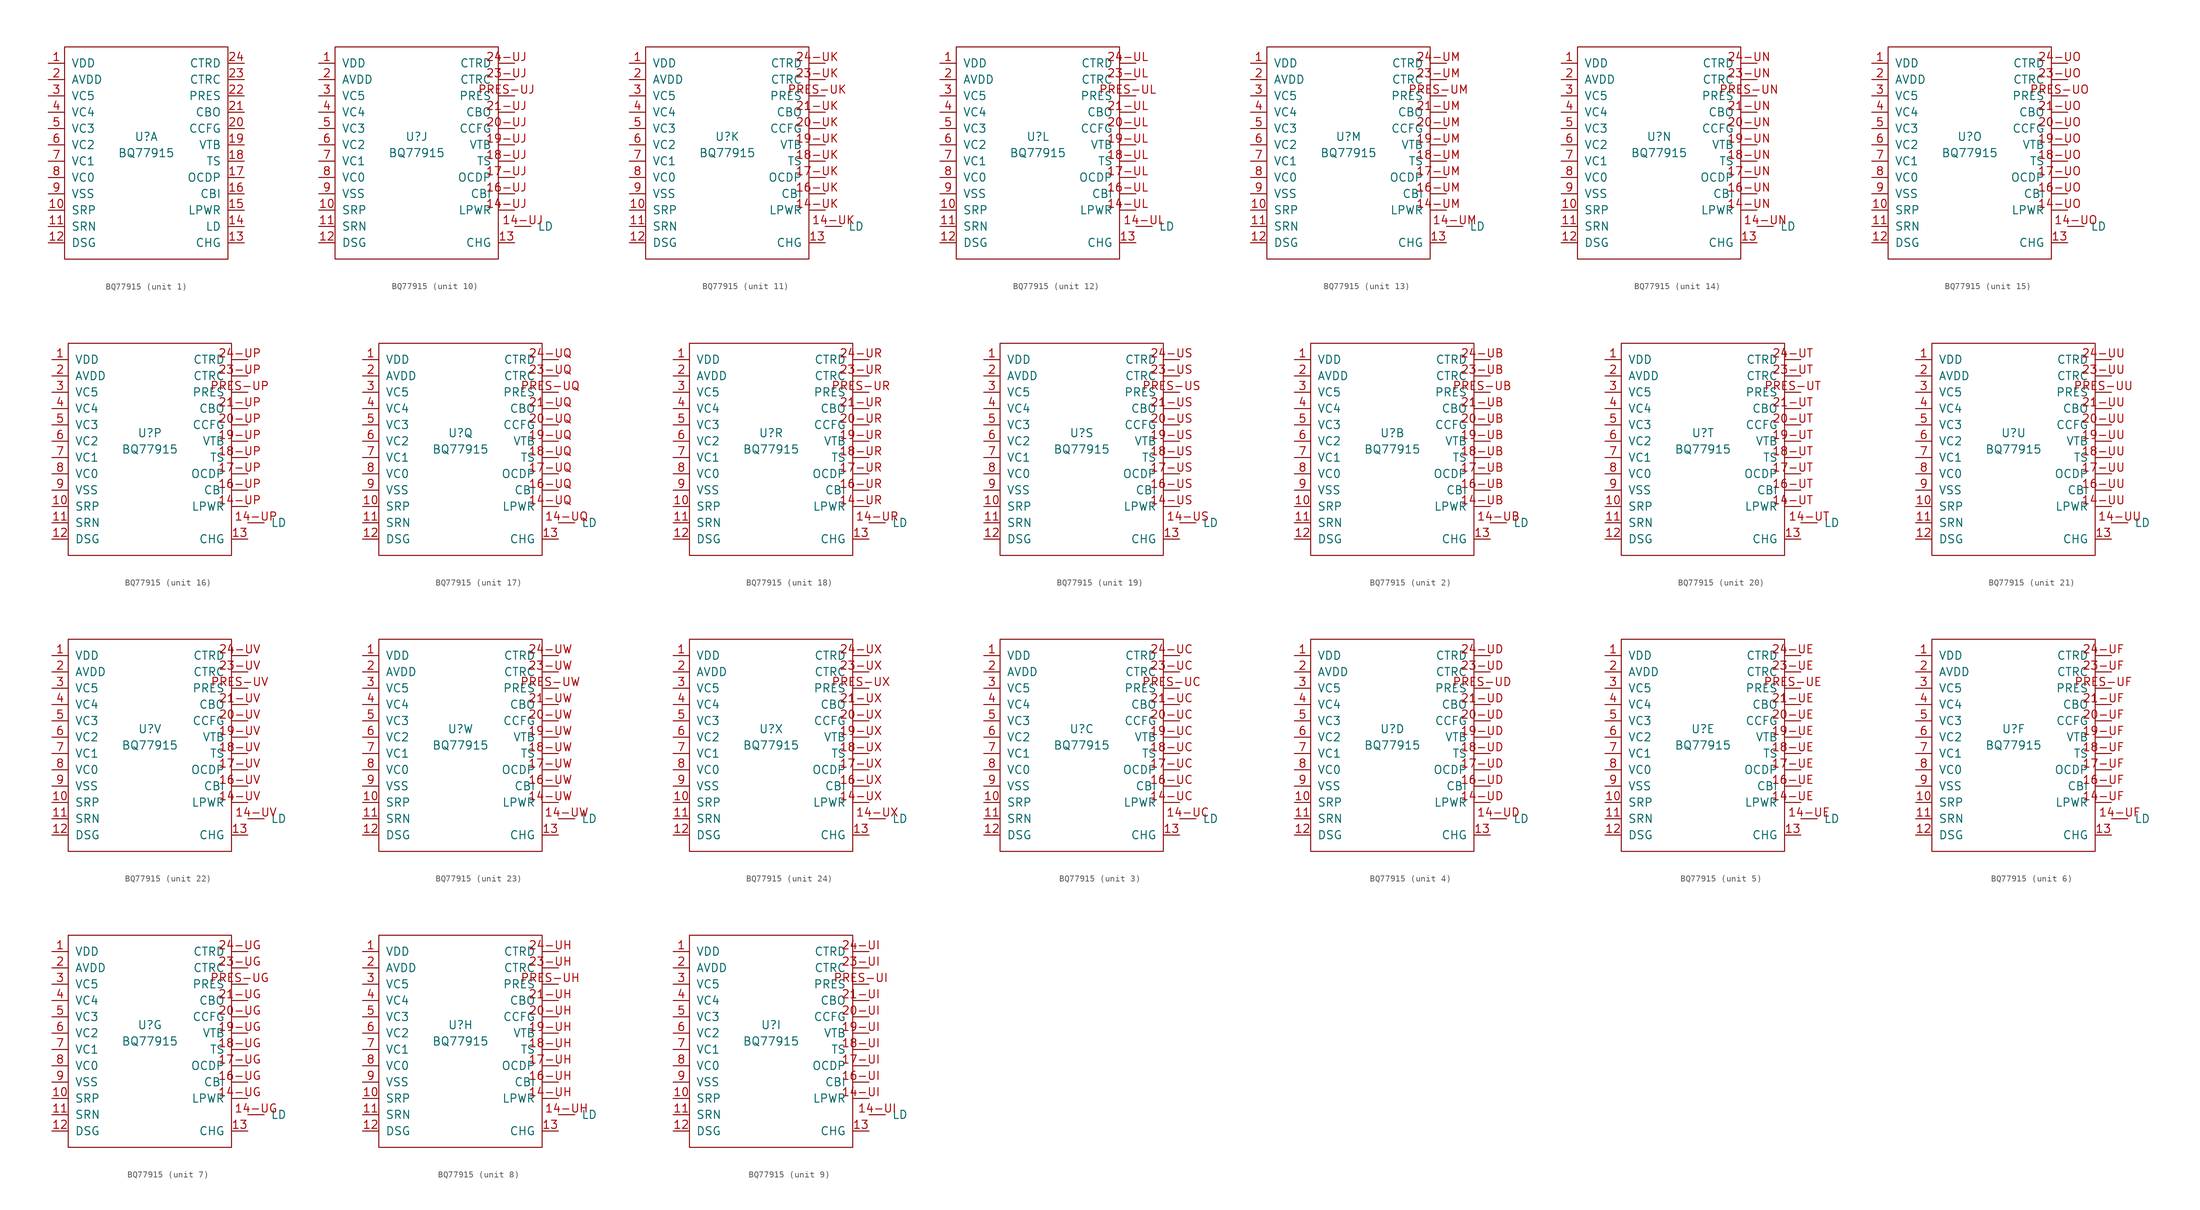
<source format=kicad_sym>
(kicad_symbol_lib
  (version 20241209)
  (generator "kicad_symbol_editor")
  (generator_version "9.0")
  (symbol "BQ77915"
    (pin_names
      (offset 1.016))
    (property "Reference" "U"
      (at 0 2.54 0)
      (effects (font (size 1.27 1.27))))
    (property "Value" "BQ77915"
      (at 0 0 0)
      (effects (font (size 1.27 1.27))))
    (symbol "BQ77915_0_0"
      (pin power_in line (at -15.24 13.97 0) (length 2.54) (name "VDD" (effects (font (size 1.27 1.27)))) (number "1" (effects (font (size 1.27 1.27)))))
      (pin output line (at -15.24 11.43 0) (length 2.54) (name "AVDD" (effects (font (size 1.27 1.27)))) (number "2" (effects (font (size 1.27 1.27)))))
      (pin input line (at -15.24 8.89 0) (length 2.54) (name "VC5" (effects (font (size 1.27 1.27)))) (number "3" (effects (font (size 1.27 1.27)))))
      (pin input line (at -15.24 6.35 0) (length 2.54) (name "VC4" (effects (font (size 1.27 1.27)))) (number "4" (effects (font (size 1.27 1.27)))))
      (pin input line (at -15.24 3.81 0) (length 2.54) (name "VC3" (effects (font (size 1.27 1.27)))) (number "5" (effects (font (size 1.27 1.27)))))
      (pin input line (at -15.24 1.27 0) (length 2.54) (name "VC2" (effects (font (size 1.27 1.27)))) (number "6" (effects (font (size 1.27 1.27)))))
      (pin input line (at -15.24 -1.27 0) (length 2.54) (name "VC1" (effects (font (size 1.27 1.27)))) (number "7" (effects (font (size 1.27 1.27)))))
      (pin input line (at -15.24 -3.81 0) (length 2.54) (name "VC0" (effects (font (size 1.27 1.27)))) (number "8" (effects (font (size 1.27 1.27)))))
      (pin power_in line (at -15.24 -6.35 0) (length 2.54) (name "VSS" (effects (font (size 1.27 1.27)))) (number "9" (effects (font (size 1.27 1.27)))))
      (pin input line (at -15.24 -8.89 0) (length 2.54) (name "SRP" (effects (font (size 1.27 1.27)))) (number "10" (effects (font (size 1.27 1.27)))))
      (pin input line (at -15.24 -11.43 0) (length 2.54) (name "SRN" (effects (font (size 1.27 1.27)))) (number "11" (effects (font (size 1.27 1.27)))))
      (pin output line (at -15.24 -13.97 0) (length 2.54) (name "DSG" (effects (font (size 1.27 1.27)))) (number "12" (effects (font (size 1.27 1.27)))))
      (pin output line (at 15.24 -13.97 180) (length 2.54) (name "CHG" (effects (font (size 1.27 1.27)))) (number "13" (effects (font (size 1.27 1.27))))))
    (symbol "BQ77915_0_1"
      (rectangle (start -12.7 16.51) (end 12.7 -16.51) (stroke (width 0) (type solid)) (fill (type none))))
    (symbol "BQ77915_1_1"
      (pin input line (at 15.24 13.97 180) (length 2.54) (name "CTRD" (effects (font (size 1.27 1.27)))) (number "24" (effects (font (size 1.27 1.27)))))
      (pin input line (at 15.24 11.43 180) (length 2.54) (name "CTRC" (effects (font (size 1.27 1.27)))) (number "23" (effects (font (size 1.27 1.27)))))
      (pin input line (at 15.24 8.89 180) (length 2.54) (name "PRES" (effects (font (size 1.27 1.27)))) (number "22" (effects (font (size 1.27 1.27)))))
      (pin output line (at 15.24 6.35 180) (length 2.54) (name "CBO" (effects (font (size 1.27 1.27)))) (number "21" (effects (font (size 1.27 1.27)))))
      (pin input line (at 15.24 3.81 180) (length 2.54) (name "CCFG" (effects (font (size 1.27 1.27)))) (number "20" (effects (font (size 1.27 1.27)))))
      (pin output line (at 15.24 1.27 180) (length 2.54) (name "VTB" (effects (font (size 1.27 1.27)))) (number "19" (effects (font (size 1.27 1.27)))))
      (pin input line (at 15.24 -1.27 180) (length 2.54) (name "TS" (effects (font (size 1.27 1.27)))) (number "18" (effects (font (size 1.27 1.27)))))
      (pin input line (at 15.24 -3.81 180) (length 2.54) (name "OCDP" (effects (font (size 1.27 1.27)))) (number "17" (effects (font (size 1.27 1.27)))))
      (pin input line (at 15.24 -6.35 180) (length 2.54) (name "CBI" (effects (font (size 1.27 1.27)))) (number "16" (effects (font (size 1.27 1.27)))))
      (pin output line (at 15.24 -8.89 180) (length 2.54) (name "LPWR" (effects (font (size 1.27 1.27)))) (number "15" (effects (font (size 1.27 1.27)))))
      (pin input line (at 15.24 -11.43 180) (length 2.54) (name "LD" (effects (font (size 1.27 1.27)))) (number "14" (effects (font (size 1.27 1.27))))))
    (symbol "BQ77915_2_1"
      (pin input line (at 15.24 13.97 180) (length 2.54) (name "CTRD" (effects (font (size 1.27 1.27)))) (number "24-UB" (effects (font (size 1.27 1.27)))))
      (pin input line (at 15.24 11.43 180) (length 2.54) (name "CTRC" (effects (font (size 1.27 1.27)))) (number "23-UB" (effects (font (size 1.27 1.27)))))
      (pin input line (at 15.24 8.89 180) (length 2.54) (name "PRES" (effects (font (size 1.27 1.27)))) (number "PRES-UB" (effects (font (size 1.27 1.27)))))
      (pin output line (at 15.24 6.35 180) (length 2.54) (name "CBO" (effects (font (size 1.27 1.27)))) (number "21-UB" (effects (font (size 1.27 1.27)))))
      (pin input line (at 15.24 3.81 180) (length 2.54) (name "CCFG" (effects (font (size 1.27 1.27)))) (number "20-UB" (effects (font (size 1.27 1.27)))))
      (pin output line (at 15.24 1.27 180) (length 2.54) (name "VTB" (effects (font (size 1.27 1.27)))) (number "19-UB" (effects (font (size 1.27 1.27)))))
      (pin input line (at 15.24 -1.27 180) (length 2.54) (name "TS" (effects (font (size 1.27 1.27)))) (number "18-UB" (effects (font (size 1.27 1.27)))))
      (pin input line (at 15.24 -3.81 180) (length 2.54) (name "OCDP" (effects (font (size 1.27 1.27)))) (number "17-UB" (effects (font (size 1.27 1.27)))))
      (pin input line (at 15.24 -6.35 180) (length 2.54) (name "CBI" (effects (font (size 1.27 1.27)))) (number "16-UB" (effects (font (size 1.27 1.27)))))
      (pin output line (at 15.24 -8.89 180) (length 2.54) (name "LPWR" (effects (font (size 1.27 1.27)))) (number "14-UB" (effects (font (size 1.27 1.27)))))
      (pin input line (at 15.24 -11.43 0) (length 2.54) (name "LD" (effects (font (size 1.27 1.27)))) (number "14-UB" (effects (font (size 1.27 1.27))))))
    (symbol "BQ77915_3_1"
      (pin input line (at 15.24 13.97 180) (length 2.54) (name "CTRD" (effects (font (size 1.27 1.27)))) (number "24-UC" (effects (font (size 1.27 1.27)))))
      (pin input line (at 15.24 11.43 180) (length 2.54) (name "CTRC" (effects (font (size 1.27 1.27)))) (number "23-UC" (effects (font (size 1.27 1.27)))))
      (pin input line (at 15.24 8.89 180) (length 2.54) (name "PRES" (effects (font (size 1.27 1.27)))) (number "PRES-UC" (effects (font (size 1.27 1.27)))))
      (pin output line (at 15.24 6.35 180) (length 2.54) (name "CBO" (effects (font (size 1.27 1.27)))) (number "21-UC" (effects (font (size 1.27 1.27)))))
      (pin input line (at 15.24 3.81 180) (length 2.54) (name "CCFG" (effects (font (size 1.27 1.27)))) (number "20-UC" (effects (font (size 1.27 1.27)))))
      (pin output line (at 15.24 1.27 180) (length 2.54) (name "VTB" (effects (font (size 1.27 1.27)))) (number "19-UC" (effects (font (size 1.27 1.27)))))
      (pin input line (at 15.24 -1.27 180) (length 2.54) (name "TS" (effects (font (size 1.27 1.27)))) (number "18-UC" (effects (font (size 1.27 1.27)))))
      (pin input line (at 15.24 -3.81 180) (length 2.54) (name "OCDP" (effects (font (size 1.27 1.27)))) (number "17-UC" (effects (font (size 1.27 1.27)))))
      (pin input line (at 15.24 -6.35 180) (length 2.54) (name "CBI" (effects (font (size 1.27 1.27)))) (number "16-UC" (effects (font (size 1.27 1.27)))))
      (pin output line (at 15.24 -8.89 180) (length 2.54) (name "LPWR" (effects (font (size 1.27 1.27)))) (number "14-UC" (effects (font (size 1.27 1.27)))))
      (pin input line (at 15.24 -11.43 0) (length 2.54) (name "LD" (effects (font (size 1.27 1.27)))) (number "14-UC" (effects (font (size 1.27 1.27))))))
    (symbol "BQ77915_4_1"
      (pin input line (at 15.24 13.97 180) (length 2.54) (name "CTRD" (effects (font (size 1.27 1.27)))) (number "24-UD" (effects (font (size 1.27 1.27)))))
      (pin input line (at 15.24 11.43 180) (length 2.54) (name "CTRC" (effects (font (size 1.27 1.27)))) (number "23-UD" (effects (font (size 1.27 1.27)))))
      (pin input line (at 15.24 8.89 180) (length 2.54) (name "PRES" (effects (font (size 1.27 1.27)))) (number "PRES-UD" (effects (font (size 1.27 1.27)))))
      (pin output line (at 15.24 6.35 180) (length 2.54) (name "CBO" (effects (font (size 1.27 1.27)))) (number "21-UD" (effects (font (size 1.27 1.27)))))
      (pin input line (at 15.24 3.81 180) (length 2.54) (name "CCFG" (effects (font (size 1.27 1.27)))) (number "20-UD" (effects (font (size 1.27 1.27)))))
      (pin output line (at 15.24 1.27 180) (length 2.54) (name "VTB" (effects (font (size 1.27 1.27)))) (number "19-UD" (effects (font (size 1.27 1.27)))))
      (pin input line (at 15.24 -1.27 180) (length 2.54) (name "TS" (effects (font (size 1.27 1.27)))) (number "18-UD" (effects (font (size 1.27 1.27)))))
      (pin input line (at 15.24 -3.81 180) (length 2.54) (name "OCDP" (effects (font (size 1.27 1.27)))) (number "17-UD" (effects (font (size 1.27 1.27)))))
      (pin input line (at 15.24 -6.35 180) (length 2.54) (name "CBI" (effects (font (size 1.27 1.27)))) (number "16-UD" (effects (font (size 1.27 1.27)))))
      (pin output line (at 15.24 -8.89 180) (length 2.54) (name "LPWR" (effects (font (size 1.27 1.27)))) (number "14-UD" (effects (font (size 1.27 1.27)))))
      (pin input line (at 15.24 -11.43 0) (length 2.54) (name "LD" (effects (font (size 1.27 1.27)))) (number "14-UD" (effects (font (size 1.27 1.27))))))
    (symbol "BQ77915_5_1"
      (pin input line (at 15.24 13.97 180) (length 2.54) (name "CTRD" (effects (font (size 1.27 1.27)))) (number "24-UE" (effects (font (size 1.27 1.27)))))
      (pin input line (at 15.24 11.43 180) (length 2.54) (name "CTRC" (effects (font (size 1.27 1.27)))) (number "23-UE" (effects (font (size 1.27 1.27)))))
      (pin input line (at 15.24 8.89 180) (length 2.54) (name "PRES" (effects (font (size 1.27 1.27)))) (number "PRES-UE" (effects (font (size 1.27 1.27)))))
      (pin output line (at 15.24 6.35 180) (length 2.54) (name "CBO" (effects (font (size 1.27 1.27)))) (number "21-UE" (effects (font (size 1.27 1.27)))))
      (pin input line (at 15.24 3.81 180) (length 2.54) (name "CCFG" (effects (font (size 1.27 1.27)))) (number "20-UE" (effects (font (size 1.27 1.27)))))
      (pin output line (at 15.24 1.27 180) (length 2.54) (name "VTB" (effects (font (size 1.27 1.27)))) (number "19-UE" (effects (font (size 1.27 1.27)))))
      (pin input line (at 15.24 -1.27 180) (length 2.54) (name "TS" (effects (font (size 1.27 1.27)))) (number "18-UE" (effects (font (size 1.27 1.27)))))
      (pin input line (at 15.24 -3.81 180) (length 2.54) (name "OCDP" (effects (font (size 1.27 1.27)))) (number "17-UE" (effects (font (size 1.27 1.27)))))
      (pin input line (at 15.24 -6.35 180) (length 2.54) (name "CBI" (effects (font (size 1.27 1.27)))) (number "16-UE" (effects (font (size 1.27 1.27)))))
      (pin output line (at 15.24 -8.89 180) (length 2.54) (name "LPWR" (effects (font (size 1.27 1.27)))) (number "14-UE" (effects (font (size 1.27 1.27)))))
      (pin input line (at 15.24 -11.43 0) (length 2.54) (name "LD" (effects (font (size 1.27 1.27)))) (number "14-UE" (effects (font (size 1.27 1.27))))))
    (symbol "BQ77915_6_1"
      (pin input line (at 15.24 13.97 180) (length 2.54) (name "CTRD" (effects (font (size 1.27 1.27)))) (number "24-UF" (effects (font (size 1.27 1.27)))))
      (pin input line (at 15.24 11.43 180) (length 2.54) (name "CTRC" (effects (font (size 1.27 1.27)))) (number "23-UF" (effects (font (size 1.27 1.27)))))
      (pin input line (at 15.24 8.89 180) (length 2.54) (name "PRES" (effects (font (size 1.27 1.27)))) (number "PRES-UF" (effects (font (size 1.27 1.27)))))
      (pin output line (at 15.24 6.35 180) (length 2.54) (name "CBO" (effects (font (size 1.27 1.27)))) (number "21-UF" (effects (font (size 1.27 1.27)))))
      (pin input line (at 15.24 3.81 180) (length 2.54) (name "CCFG" (effects (font (size 1.27 1.27)))) (number "20-UF" (effects (font (size 1.27 1.27)))))
      (pin output line (at 15.24 1.27 180) (length 2.54) (name "VTB" (effects (font (size 1.27 1.27)))) (number "19-UF" (effects (font (size 1.27 1.27)))))
      (pin input line (at 15.24 -1.27 180) (length 2.54) (name "TS" (effects (font (size 1.27 1.27)))) (number "18-UF" (effects (font (size 1.27 1.27)))))
      (pin input line (at 15.24 -3.81 180) (length 2.54) (name "OCDP" (effects (font (size 1.27 1.27)))) (number "17-UF" (effects (font (size 1.27 1.27)))))
      (pin input line (at 15.24 -6.35 180) (length 2.54) (name "CBI" (effects (font (size 1.27 1.27)))) (number "16-UF" (effects (font (size 1.27 1.27)))))
      (pin output line (at 15.24 -8.89 180) (length 2.54) (name "LPWR" (effects (font (size 1.27 1.27)))) (number "14-UF" (effects (font (size 1.27 1.27)))))
      (pin input line (at 15.24 -11.43 0) (length 2.54) (name "LD" (effects (font (size 1.27 1.27)))) (number "14-UF" (effects (font (size 1.27 1.27))))))
    (symbol "BQ77915_7_1"
      (pin input line (at 15.24 13.97 180) (length 2.54) (name "CTRD" (effects (font (size 1.27 1.27)))) (number "24-UG" (effects (font (size 1.27 1.27)))))
      (pin input line (at 15.24 11.43 180) (length 2.54) (name "CTRC" (effects (font (size 1.27 1.27)))) (number "23-UG" (effects (font (size 1.27 1.27)))))
      (pin input line (at 15.24 8.89 180) (length 2.54) (name "PRES" (effects (font (size 1.27 1.27)))) (number "PRES-UG" (effects (font (size 1.27 1.27)))))
      (pin output line (at 15.24 6.35 180) (length 2.54) (name "CBO" (effects (font (size 1.27 1.27)))) (number "21-UG" (effects (font (size 1.27 1.27)))))
      (pin input line (at 15.24 3.81 180) (length 2.54) (name "CCFG" (effects (font (size 1.27 1.27)))) (number "20-UG" (effects (font (size 1.27 1.27)))))
      (pin output line (at 15.24 1.27 180) (length 2.54) (name "VTB" (effects (font (size 1.27 1.27)))) (number "19-UG" (effects (font (size 1.27 1.27)))))
      (pin input line (at 15.24 -1.27 180) (length 2.54) (name "TS" (effects (font (size 1.27 1.27)))) (number "18-UG" (effects (font (size 1.27 1.27)))))
      (pin input line (at 15.24 -3.81 180) (length 2.54) (name "OCDP" (effects (font (size 1.27 1.27)))) (number "17-UG" (effects (font (size 1.27 1.27)))))
      (pin input line (at 15.24 -6.35 180) (length 2.54) (name "CBI" (effects (font (size 1.27 1.27)))) (number "16-UG" (effects (font (size 1.27 1.27)))))
      (pin output line (at 15.24 -8.89 180) (length 2.54) (name "LPWR" (effects (font (size 1.27 1.27)))) (number "14-UG" (effects (font (size 1.27 1.27)))))
      (pin input line (at 15.24 -11.43 0) (length 2.54) (name "LD" (effects (font (size 1.27 1.27)))) (number "14-UG" (effects (font (size 1.27 1.27))))))
    (symbol "BQ77915_8_1"
      (pin input line (at 15.24 13.97 180) (length 2.54) (name "CTRD" (effects (font (size 1.27 1.27)))) (number "24-UH" (effects (font (size 1.27 1.27)))))
      (pin input line (at 15.24 11.43 180) (length 2.54) (name "CTRC" (effects (font (size 1.27 1.27)))) (number "23-UH" (effects (font (size 1.27 1.27)))))
      (pin input line (at 15.24 8.89 180) (length 2.54) (name "PRES" (effects (font (size 1.27 1.27)))) (number "PRES-UH" (effects (font (size 1.27 1.27)))))
      (pin output line (at 15.24 6.35 180) (length 2.54) (name "CBO" (effects (font (size 1.27 1.27)))) (number "21-UH" (effects (font (size 1.27 1.27)))))
      (pin input line (at 15.24 3.81 180) (length 2.54) (name "CCFG" (effects (font (size 1.27 1.27)))) (number "20-UH" (effects (font (size 1.27 1.27)))))
      (pin output line (at 15.24 1.27 180) (length 2.54) (name "VTB" (effects (font (size 1.27 1.27)))) (number "19-UH" (effects (font (size 1.27 1.27)))))
      (pin input line (at 15.24 -1.27 180) (length 2.54) (name "TS" (effects (font (size 1.27 1.27)))) (number "18-UH" (effects (font (size 1.27 1.27)))))
      (pin input line (at 15.24 -3.81 180) (length 2.54) (name "OCDP" (effects (font (size 1.27 1.27)))) (number "17-UH" (effects (font (size 1.27 1.27)))))
      (pin input line (at 15.24 -6.35 180) (length 2.54) (name "CBI" (effects (font (size 1.27 1.27)))) (number "16-UH" (effects (font (size 1.27 1.27)))))
      (pin output line (at 15.24 -8.89 180) (length 2.54) (name "LPWR" (effects (font (size 1.27 1.27)))) (number "14-UH" (effects (font (size 1.27 1.27)))))
      (pin input line (at 15.24 -11.43 0) (length 2.54) (name "LD" (effects (font (size 1.27 1.27)))) (number "14-UH" (effects (font (size 1.27 1.27))))))
    (symbol "BQ77915_9_1"
      (pin input line (at 15.24 13.97 180) (length 2.54) (name "CTRD" (effects (font (size 1.27 1.27)))) (number "24-UI" (effects (font (size 1.27 1.27)))))
      (pin input line (at 15.24 11.43 180) (length 2.54) (name "CTRC" (effects (font (size 1.27 1.27)))) (number "23-UI" (effects (font (size 1.27 1.27)))))
      (pin input line (at 15.24 8.89 180) (length 2.54) (name "PRES" (effects (font (size 1.27 1.27)))) (number "PRES-UI" (effects (font (size 1.27 1.27)))))
      (pin output line (at 15.24 6.35 180) (length 2.54) (name "CBO" (effects (font (size 1.27 1.27)))) (number "21-UI" (effects (font (size 1.27 1.27)))))
      (pin input line (at 15.24 3.81 180) (length 2.54) (name "CCFG" (effects (font (size 1.27 1.27)))) (number "20-UI" (effects (font (size 1.27 1.27)))))
      (pin output line (at 15.24 1.27 180) (length 2.54) (name "VTB" (effects (font (size 1.27 1.27)))) (number "19-UI" (effects (font (size 1.27 1.27)))))
      (pin input line (at 15.24 -1.27 180) (length 2.54) (name "TS" (effects (font (size 1.27 1.27)))) (number "18-UI" (effects (font (size 1.27 1.27)))))
      (pin input line (at 15.24 -3.81 180) (length 2.54) (name "OCDP" (effects (font (size 1.27 1.27)))) (number "17-UI" (effects (font (size 1.27 1.27)))))
      (pin input line (at 15.24 -6.35 180) (length 2.54) (name "CBI" (effects (font (size 1.27 1.27)))) (number "16-UI" (effects (font (size 1.27 1.27)))))
      (pin output line (at 15.24 -8.89 180) (length 2.54) (name "LPWR" (effects (font (size 1.27 1.27)))) (number "14-UI" (effects (font (size 1.27 1.27)))))
      (pin input line (at 15.24 -11.43 0) (length 2.54) (name "LD" (effects (font (size 1.27 1.27)))) (number "14-UI" (effects (font (size 1.27 1.27))))))
    (symbol "BQ77915_10_1"
      (pin input line (at 15.24 13.97 180) (length 2.54) (name "CTRD" (effects (font (size 1.27 1.27)))) (number "24-UJ" (effects (font (size 1.27 1.27)))))
      (pin input line (at 15.24 11.43 180) (length 2.54) (name "CTRC" (effects (font (size 1.27 1.27)))) (number "23-UJ" (effects (font (size 1.27 1.27)))))
      (pin input line (at 15.24 8.89 180) (length 2.54) (name "PRES" (effects (font (size 1.27 1.27)))) (number "PRES-UJ" (effects (font (size 1.27 1.27)))))
      (pin output line (at 15.24 6.35 180) (length 2.54) (name "CBO" (effects (font (size 1.27 1.27)))) (number "21-UJ" (effects (font (size 1.27 1.27)))))
      (pin input line (at 15.24 3.81 180) (length 2.54) (name "CCFG" (effects (font (size 1.27 1.27)))) (number "20-UJ" (effects (font (size 1.27 1.27)))))
      (pin output line (at 15.24 1.27 180) (length 2.54) (name "VTB" (effects (font (size 1.27 1.27)))) (number "19-UJ" (effects (font (size 1.27 1.27)))))
      (pin input line (at 15.24 -1.27 180) (length 2.54) (name "TS" (effects (font (size 1.27 1.27)))) (number "18-UJ" (effects (font (size 1.27 1.27)))))
      (pin input line (at 15.24 -3.81 180) (length 2.54) (name "OCDP" (effects (font (size 1.27 1.27)))) (number "17-UJ" (effects (font (size 1.27 1.27)))))
      (pin input line (at 15.24 -6.35 180) (length 2.54) (name "CBI" (effects (font (size 1.27 1.27)))) (number "16-UJ" (effects (font (size 1.27 1.27)))))
      (pin output line (at 15.24 -8.89 180) (length 2.54) (name "LPWR" (effects (font (size 1.27 1.27)))) (number "14-UJ" (effects (font (size 1.27 1.27)))))
      (pin input line (at 15.24 -11.43 0) (length 2.54) (name "LD" (effects (font (size 1.27 1.27)))) (number "14-UJ" (effects (font (size 1.27 1.27))))))
    (symbol "BQ77915_11_1"
      (pin input line (at 15.24 13.97 180) (length 2.54) (name "CTRD" (effects (font (size 1.27 1.27)))) (number "24-UK" (effects (font (size 1.27 1.27)))))
      (pin input line (at 15.24 11.43 180) (length 2.54) (name "CTRC" (effects (font (size 1.27 1.27)))) (number "23-UK" (effects (font (size 1.27 1.27)))))
      (pin input line (at 15.24 8.89 180) (length 2.54) (name "PRES" (effects (font (size 1.27 1.27)))) (number "PRES-UK" (effects (font (size 1.27 1.27)))))
      (pin output line (at 15.24 6.35 180) (length 2.54) (name "CBO" (effects (font (size 1.27 1.27)))) (number "21-UK" (effects (font (size 1.27 1.27)))))
      (pin input line (at 15.24 3.81 180) (length 2.54) (name "CCFG" (effects (font (size 1.27 1.27)))) (number "20-UK" (effects (font (size 1.27 1.27)))))
      (pin output line (at 15.24 1.27 180) (length 2.54) (name "VTB" (effects (font (size 1.27 1.27)))) (number "19-UK" (effects (font (size 1.27 1.27)))))
      (pin input line (at 15.24 -1.27 180) (length 2.54) (name "TS" (effects (font (size 1.27 1.27)))) (number "18-UK" (effects (font (size 1.27 1.27)))))
      (pin input line (at 15.24 -3.81 180) (length 2.54) (name "OCDP" (effects (font (size 1.27 1.27)))) (number "17-UK" (effects (font (size 1.27 1.27)))))
      (pin input line (at 15.24 -6.35 180) (length 2.54) (name "CBI" (effects (font (size 1.27 1.27)))) (number "16-UK" (effects (font (size 1.27 1.27)))))
      (pin output line (at 15.24 -8.89 180) (length 2.54) (name "LPWR" (effects (font (size 1.27 1.27)))) (number "14-UK" (effects (font (size 1.27 1.27)))))
      (pin input line (at 15.24 -11.43 0) (length 2.54) (name "LD" (effects (font (size 1.27 1.27)))) (number "14-UK" (effects (font (size 1.27 1.27))))))
    (symbol "BQ77915_12_1"
      (pin input line (at 15.24 13.97 180) (length 2.54) (name "CTRD" (effects (font (size 1.27 1.27)))) (number "24-UL" (effects (font (size 1.27 1.27)))))
      (pin input line (at 15.24 11.43 180) (length 2.54) (name "CTRC" (effects (font (size 1.27 1.27)))) (number "23-UL" (effects (font (size 1.27 1.27)))))
      (pin input line (at 15.24 8.89 180) (length 2.54) (name "PRES" (effects (font (size 1.27 1.27)))) (number "PRES-UL" (effects (font (size 1.27 1.27)))))
      (pin output line (at 15.24 6.35 180) (length 2.54) (name "CBO" (effects (font (size 1.27 1.27)))) (number "21-UL" (effects (font (size 1.27 1.27)))))
      (pin input line (at 15.24 3.81 180) (length 2.54) (name "CCFG" (effects (font (size 1.27 1.27)))) (number "20-UL" (effects (font (size 1.27 1.27)))))
      (pin output line (at 15.24 1.27 180) (length 2.54) (name "VTB" (effects (font (size 1.27 1.27)))) (number "19-UL" (effects (font (size 1.27 1.27)))))
      (pin input line (at 15.24 -1.27 180) (length 2.54) (name "TS" (effects (font (size 1.27 1.27)))) (number "18-UL" (effects (font (size 1.27 1.27)))))
      (pin input line (at 15.24 -3.81 180) (length 2.54) (name "OCDP" (effects (font (size 1.27 1.27)))) (number "17-UL" (effects (font (size 1.27 1.27)))))
      (pin input line (at 15.24 -6.35 180) (length 2.54) (name "CBI" (effects (font (size 1.27 1.27)))) (number "16-UL" (effects (font (size 1.27 1.27)))))
      (pin output line (at 15.24 -8.89 180) (length 2.54) (name "LPWR" (effects (font (size 1.27 1.27)))) (number "14-UL" (effects (font (size 1.27 1.27)))))
      (pin input line (at 15.24 -11.43 0) (length 2.54) (name "LD" (effects (font (size 1.27 1.27)))) (number "14-UL" (effects (font (size 1.27 1.27))))))
    (symbol "BQ77915_13_1"
      (pin input line (at 15.24 13.97 180) (length 2.54) (name "CTRD" (effects (font (size 1.27 1.27)))) (number "24-UM" (effects (font (size 1.27 1.27)))))
      (pin input line (at 15.24 11.43 180) (length 2.54) (name "CTRC" (effects (font (size 1.27 1.27)))) (number "23-UM" (effects (font (size 1.27 1.27)))))
      (pin input line (at 15.24 8.89 180) (length 2.54) (name "PRES" (effects (font (size 1.27 1.27)))) (number "PRES-UM" (effects (font (size 1.27 1.27)))))
      (pin output line (at 15.24 6.35 180) (length 2.54) (name "CBO" (effects (font (size 1.27 1.27)))) (number "21-UM" (effects (font (size 1.27 1.27)))))
      (pin input line (at 15.24 3.81 180) (length 2.54) (name "CCFG" (effects (font (size 1.27 1.27)))) (number "20-UM" (effects (font (size 1.27 1.27)))))
      (pin output line (at 15.24 1.27 180) (length 2.54) (name "VTB" (effects (font (size 1.27 1.27)))) (number "19-UM" (effects (font (size 1.27 1.27)))))
      (pin input line (at 15.24 -1.27 180) (length 2.54) (name "TS" (effects (font (size 1.27 1.27)))) (number "18-UM" (effects (font (size 1.27 1.27)))))
      (pin input line (at 15.24 -3.81 180) (length 2.54) (name "OCDP" (effects (font (size 1.27 1.27)))) (number "17-UM" (effects (font (size 1.27 1.27)))))
      (pin input line (at 15.24 -6.35 180) (length 2.54) (name "CBI" (effects (font (size 1.27 1.27)))) (number "16-UM" (effects (font (size 1.27 1.27)))))
      (pin output line (at 15.24 -8.89 180) (length 2.54) (name "LPWR" (effects (font (size 1.27 1.27)))) (number "14-UM" (effects (font (size 1.27 1.27)))))
      (pin input line (at 15.24 -11.43 0) (length 2.54) (name "LD" (effects (font (size 1.27 1.27)))) (number "14-UM" (effects (font (size 1.27 1.27))))))
    (symbol "BQ77915_14_1"
      (pin input line (at 15.24 13.97 180) (length 2.54) (name "CTRD" (effects (font (size 1.27 1.27)))) (number "24-UN" (effects (font (size 1.27 1.27)))))
      (pin input line (at 15.24 11.43 180) (length 2.54) (name "CTRC" (effects (font (size 1.27 1.27)))) (number "23-UN" (effects (font (size 1.27 1.27)))))
      (pin input line (at 15.24 8.89 180) (length 2.54) (name "PRES" (effects (font (size 1.27 1.27)))) (number "PRES-UN" (effects (font (size 1.27 1.27)))))
      (pin output line (at 15.24 6.35 180) (length 2.54) (name "CBO" (effects (font (size 1.27 1.27)))) (number "21-UN" (effects (font (size 1.27 1.27)))))
      (pin input line (at 15.24 3.81 180) (length 2.54) (name "CCFG" (effects (font (size 1.27 1.27)))) (number "20-UN" (effects (font (size 1.27 1.27)))))
      (pin output line (at 15.24 1.27 180) (length 2.54) (name "VTB" (effects (font (size 1.27 1.27)))) (number "19-UN" (effects (font (size 1.27 1.27)))))
      (pin input line (at 15.24 -1.27 180) (length 2.54) (name "TS" (effects (font (size 1.27 1.27)))) (number "18-UN" (effects (font (size 1.27 1.27)))))
      (pin input line (at 15.24 -3.81 180) (length 2.54) (name "OCDP" (effects (font (size 1.27 1.27)))) (number "17-UN" (effects (font (size 1.27 1.27)))))
      (pin input line (at 15.24 -6.35 180) (length 2.54) (name "CBI" (effects (font (size 1.27 1.27)))) (number "16-UN" (effects (font (size 1.27 1.27)))))
      (pin output line (at 15.24 -8.89 180) (length 2.54) (name "LPWR" (effects (font (size 1.27 1.27)))) (number "14-UN" (effects (font (size 1.27 1.27)))))
      (pin input line (at 15.24 -11.43 0) (length 2.54) (name "LD" (effects (font (size 1.27 1.27)))) (number "14-UN" (effects (font (size 1.27 1.27))))))
    (symbol "BQ77915_15_1"
      (pin input line (at 15.24 13.97 180) (length 2.54) (name "CTRD" (effects (font (size 1.27 1.27)))) (number "24-UO" (effects (font (size 1.27 1.27)))))
      (pin input line (at 15.24 11.43 180) (length 2.54) (name "CTRC" (effects (font (size 1.27 1.27)))) (number "23-UO" (effects (font (size 1.27 1.27)))))
      (pin input line (at 15.24 8.89 180) (length 2.54) (name "PRES" (effects (font (size 1.27 1.27)))) (number "PRES-UO" (effects (font (size 1.27 1.27)))))
      (pin output line (at 15.24 6.35 180) (length 2.54) (name "CBO" (effects (font (size 1.27 1.27)))) (number "21-UO" (effects (font (size 1.27 1.27)))))
      (pin input line (at 15.24 3.81 180) (length 2.54) (name "CCFG" (effects (font (size 1.27 1.27)))) (number "20-UO" (effects (font (size 1.27 1.27)))))
      (pin output line (at 15.24 1.27 180) (length 2.54) (name "VTB" (effects (font (size 1.27 1.27)))) (number "19-UO" (effects (font (size 1.27 1.27)))))
      (pin input line (at 15.24 -1.27 180) (length 2.54) (name "TS" (effects (font (size 1.27 1.27)))) (number "18-UO" (effects (font (size 1.27 1.27)))))
      (pin input line (at 15.24 -3.81 180) (length 2.54) (name "OCDP" (effects (font (size 1.27 1.27)))) (number "17-UO" (effects (font (size 1.27 1.27)))))
      (pin input line (at 15.24 -6.35 180) (length 2.54) (name "CBI" (effects (font (size 1.27 1.27)))) (number "16-UO" (effects (font (size 1.27 1.27)))))
      (pin output line (at 15.24 -8.89 180) (length 2.54) (name "LPWR" (effects (font (size 1.27 1.27)))) (number "14-UO" (effects (font (size 1.27 1.27)))))
      (pin input line (at 15.24 -11.43 0) (length 2.54) (name "LD" (effects (font (size 1.27 1.27)))) (number "14-UO" (effects (font (size 1.27 1.27))))))
    (symbol "BQ77915_16_1"
      (pin input line (at 15.24 13.97 180) (length 2.54) (name "CTRD" (effects (font (size 1.27 1.27)))) (number "24-UP" (effects (font (size 1.27 1.27)))))
      (pin input line (at 15.24 11.43 180) (length 2.54) (name "CTRC" (effects (font (size 1.27 1.27)))) (number "23-UP" (effects (font (size 1.27 1.27)))))
      (pin input line (at 15.24 8.89 180) (length 2.54) (name "PRES" (effects (font (size 1.27 1.27)))) (number "PRES-UP" (effects (font (size 1.27 1.27)))))
      (pin output line (at 15.24 6.35 180) (length 2.54) (name "CBO" (effects (font (size 1.27 1.27)))) (number "21-UP" (effects (font (size 1.27 1.27)))))
      (pin input line (at 15.24 3.81 180) (length 2.54) (name "CCFG" (effects (font (size 1.27 1.27)))) (number "20-UP" (effects (font (size 1.27 1.27)))))
      (pin output line (at 15.24 1.27 180) (length 2.54) (name "VTB" (effects (font (size 1.27 1.27)))) (number "19-UP" (effects (font (size 1.27 1.27)))))
      (pin input line (at 15.24 -1.27 180) (length 2.54) (name "TS" (effects (font (size 1.27 1.27)))) (number "18-UP" (effects (font (size 1.27 1.27)))))
      (pin input line (at 15.24 -3.81 180) (length 2.54) (name "OCDP" (effects (font (size 1.27 1.27)))) (number "17-UP" (effects (font (size 1.27 1.27)))))
      (pin input line (at 15.24 -6.35 180) (length 2.54) (name "CBI" (effects (font (size 1.27 1.27)))) (number "16-UP" (effects (font (size 1.27 1.27)))))
      (pin output line (at 15.24 -8.89 180) (length 2.54) (name "LPWR" (effects (font (size 1.27 1.27)))) (number "14-UP" (effects (font (size 1.27 1.27)))))
      (pin input line (at 15.24 -11.43 0) (length 2.54) (name "LD" (effects (font (size 1.27 1.27)))) (number "14-UP" (effects (font (size 1.27 1.27))))))
    (symbol "BQ77915_17_1"
      (pin input line (at 15.24 13.97 180) (length 2.54) (name "CTRD" (effects (font (size 1.27 1.27)))) (number "24-UQ" (effects (font (size 1.27 1.27)))))
      (pin input line (at 15.24 11.43 180) (length 2.54) (name "CTRC" (effects (font (size 1.27 1.27)))) (number "23-UQ" (effects (font (size 1.27 1.27)))))
      (pin input line (at 15.24 8.89 180) (length 2.54) (name "PRES" (effects (font (size 1.27 1.27)))) (number "PRES-UQ" (effects (font (size 1.27 1.27)))))
      (pin output line (at 15.24 6.35 180) (length 2.54) (name "CBO" (effects (font (size 1.27 1.27)))) (number "21-UQ" (effects (font (size 1.27 1.27)))))
      (pin input line (at 15.24 3.81 180) (length 2.54) (name "CCFG" (effects (font (size 1.27 1.27)))) (number "20-UQ" (effects (font (size 1.27 1.27)))))
      (pin output line (at 15.24 1.27 180) (length 2.54) (name "VTB" (effects (font (size 1.27 1.27)))) (number "19-UQ" (effects (font (size 1.27 1.27)))))
      (pin input line (at 15.24 -1.27 180) (length 2.54) (name "TS" (effects (font (size 1.27 1.27)))) (number "18-UQ" (effects (font (size 1.27 1.27)))))
      (pin input line (at 15.24 -3.81 180) (length 2.54) (name "OCDP" (effects (font (size 1.27 1.27)))) (number "17-UQ" (effects (font (size 1.27 1.27)))))
      (pin input line (at 15.24 -6.35 180) (length 2.54) (name "CBI" (effects (font (size 1.27 1.27)))) (number "16-UQ" (effects (font (size 1.27 1.27)))))
      (pin output line (at 15.24 -8.89 180) (length 2.54) (name "LPWR" (effects (font (size 1.27 1.27)))) (number "14-UQ" (effects (font (size 1.27 1.27)))))
      (pin input line (at 15.24 -11.43 0) (length 2.54) (name "LD" (effects (font (size 1.27 1.27)))) (number "14-UQ" (effects (font (size 1.27 1.27))))))
    (symbol "BQ77915_18_1"
      (pin input line (at 15.24 13.97 180) (length 2.54) (name "CTRD" (effects (font (size 1.27 1.27)))) (number "24-UR" (effects (font (size 1.27 1.27)))))
      (pin input line (at 15.24 11.43 180) (length 2.54) (name "CTRC" (effects (font (size 1.27 1.27)))) (number "23-UR" (effects (font (size 1.27 1.27)))))
      (pin input line (at 15.24 8.89 180) (length 2.54) (name "PRES" (effects (font (size 1.27 1.27)))) (number "PRES-UR" (effects (font (size 1.27 1.27)))))
      (pin output line (at 15.24 6.35 180) (length 2.54) (name "CBO" (effects (font (size 1.27 1.27)))) (number "21-UR" (effects (font (size 1.27 1.27)))))
      (pin input line (at 15.24 3.81 180) (length 2.54) (name "CCFG" (effects (font (size 1.27 1.27)))) (number "20-UR" (effects (font (size 1.27 1.27)))))
      (pin output line (at 15.24 1.27 180) (length 2.54) (name "VTB" (effects (font (size 1.27 1.27)))) (number "19-UR" (effects (font (size 1.27 1.27)))))
      (pin input line (at 15.24 -1.27 180) (length 2.54) (name "TS" (effects (font (size 1.27 1.27)))) (number "18-UR" (effects (font (size 1.27 1.27)))))
      (pin input line (at 15.24 -3.81 180) (length 2.54) (name "OCDP" (effects (font (size 1.27 1.27)))) (number "17-UR" (effects (font (size 1.27 1.27)))))
      (pin input line (at 15.24 -6.35 180) (length 2.54) (name "CBI" (effects (font (size 1.27 1.27)))) (number "16-UR" (effects (font (size 1.27 1.27)))))
      (pin output line (at 15.24 -8.89 180) (length 2.54) (name "LPWR" (effects (font (size 1.27 1.27)))) (number "14-UR" (effects (font (size 1.27 1.27)))))
      (pin input line (at 15.24 -11.43 0) (length 2.54) (name "LD" (effects (font (size 1.27 1.27)))) (number "14-UR" (effects (font (size 1.27 1.27))))))
    (symbol "BQ77915_19_1"
      (pin input line (at 15.24 13.97 180) (length 2.54) (name "CTRD" (effects (font (size 1.27 1.27)))) (number "24-US" (effects (font (size 1.27 1.27)))))
      (pin input line (at 15.24 11.43 180) (length 2.54) (name "CTRC" (effects (font (size 1.27 1.27)))) (number "23-US" (effects (font (size 1.27 1.27)))))
      (pin input line (at 15.24 8.89 180) (length 2.54) (name "PRES" (effects (font (size 1.27 1.27)))) (number "PRES-US" (effects (font (size 1.27 1.27)))))
      (pin output line (at 15.24 6.35 180) (length 2.54) (name "CBO" (effects (font (size 1.27 1.27)))) (number "21-US" (effects (font (size 1.27 1.27)))))
      (pin input line (at 15.24 3.81 180) (length 2.54) (name "CCFG" (effects (font (size 1.27 1.27)))) (number "20-US" (effects (font (size 1.27 1.27)))))
      (pin output line (at 15.24 1.27 180) (length 2.54) (name "VTB" (effects (font (size 1.27 1.27)))) (number "19-US" (effects (font (size 1.27 1.27)))))
      (pin input line (at 15.24 -1.27 180) (length 2.54) (name "TS" (effects (font (size 1.27 1.27)))) (number "18-US" (effects (font (size 1.27 1.27)))))
      (pin input line (at 15.24 -3.81 180) (length 2.54) (name "OCDP" (effects (font (size 1.27 1.27)))) (number "17-US" (effects (font (size 1.27 1.27)))))
      (pin input line (at 15.24 -6.35 180) (length 2.54) (name "CBI" (effects (font (size 1.27 1.27)))) (number "16-US" (effects (font (size 1.27 1.27)))))
      (pin output line (at 15.24 -8.89 180) (length 2.54) (name "LPWR" (effects (font (size 1.27 1.27)))) (number "14-US" (effects (font (size 1.27 1.27)))))
      (pin input line (at 15.24 -11.43 0) (length 2.54) (name "LD" (effects (font (size 1.27 1.27)))) (number "14-US" (effects (font (size 1.27 1.27))))))
    (symbol "BQ77915_20_1"
      (pin input line (at 15.24 13.97 180) (length 2.54) (name "CTRD" (effects (font (size 1.27 1.27)))) (number "24-UT" (effects (font (size 1.27 1.27)))))
      (pin input line (at 15.24 11.43 180) (length 2.54) (name "CTRC" (effects (font (size 1.27 1.27)))) (number "23-UT" (effects (font (size 1.27 1.27)))))
      (pin input line (at 15.24 8.89 180) (length 2.54) (name "PRES" (effects (font (size 1.27 1.27)))) (number "PRES-UT" (effects (font (size 1.27 1.27)))))
      (pin output line (at 15.24 6.35 180) (length 2.54) (name "CBO" (effects (font (size 1.27 1.27)))) (number "21-UT" (effects (font (size 1.27 1.27)))))
      (pin input line (at 15.24 3.81 180) (length 2.54) (name "CCFG" (effects (font (size 1.27 1.27)))) (number "20-UT" (effects (font (size 1.27 1.27)))))
      (pin output line (at 15.24 1.27 180) (length 2.54) (name "VTB" (effects (font (size 1.27 1.27)))) (number "19-UT" (effects (font (size 1.27 1.27)))))
      (pin input line (at 15.24 -1.27 180) (length 2.54) (name "TS" (effects (font (size 1.27 1.27)))) (number "18-UT" (effects (font (size 1.27 1.27)))))
      (pin input line (at 15.24 -3.81 180) (length 2.54) (name "OCDP" (effects (font (size 1.27 1.27)))) (number "17-UT" (effects (font (size 1.27 1.27)))))
      (pin input line (at 15.24 -6.35 180) (length 2.54) (name "CBI" (effects (font (size 1.27 1.27)))) (number "16-UT" (effects (font (size 1.27 1.27)))))
      (pin output line (at 15.24 -8.89 180) (length 2.54) (name "LPWR" (effects (font (size 1.27 1.27)))) (number "14-UT" (effects (font (size 1.27 1.27)))))
      (pin input line (at 15.24 -11.43 0) (length 2.54) (name "LD" (effects (font (size 1.27 1.27)))) (number "14-UT" (effects (font (size 1.27 1.27))))))
    (symbol "BQ77915_21_1"
      (pin input line (at 15.24 13.97 180) (length 2.54) (name "CTRD" (effects (font (size 1.27 1.27)))) (number "24-UU" (effects (font (size 1.27 1.27)))))
      (pin input line (at 15.24 11.43 180) (length 2.54) (name "CTRC" (effects (font (size 1.27 1.27)))) (number "23-UU" (effects (font (size 1.27 1.27)))))
      (pin input line (at 15.24 8.89 180) (length 2.54) (name "PRES" (effects (font (size 1.27 1.27)))) (number "PRES-UU" (effects (font (size 1.27 1.27)))))
      (pin output line (at 15.24 6.35 180) (length 2.54) (name "CBO" (effects (font (size 1.27 1.27)))) (number "21-UU" (effects (font (size 1.27 1.27)))))
      (pin input line (at 15.24 3.81 180) (length 2.54) (name "CCFG" (effects (font (size 1.27 1.27)))) (number "20-UU" (effects (font (size 1.27 1.27)))))
      (pin output line (at 15.24 1.27 180) (length 2.54) (name "VTB" (effects (font (size 1.27 1.27)))) (number "19-UU" (effects (font (size 1.27 1.27)))))
      (pin input line (at 15.24 -1.27 180) (length 2.54) (name "TS" (effects (font (size 1.27 1.27)))) (number "18-UU" (effects (font (size 1.27 1.27)))))
      (pin input line (at 15.24 -3.81 180) (length 2.54) (name "OCDP" (effects (font (size 1.27 1.27)))) (number "17-UU" (effects (font (size 1.27 1.27)))))
      (pin input line (at 15.24 -6.35 180) (length 2.54) (name "CBI" (effects (font (size 1.27 1.27)))) (number "16-UU" (effects (font (size 1.27 1.27)))))
      (pin output line (at 15.24 -8.89 180) (length 2.54) (name "LPWR" (effects (font (size 1.27 1.27)))) (number "14-UU" (effects (font (size 1.27 1.27)))))
      (pin input line (at 15.24 -11.43 0) (length 2.54) (name "LD" (effects (font (size 1.27 1.27)))) (number "14-UU" (effects (font (size 1.27 1.27))))))
    (symbol "BQ77915_22_1"
      (pin input line (at 15.24 13.97 180) (length 2.54) (name "CTRD" (effects (font (size 1.27 1.27)))) (number "24-UV" (effects (font (size 1.27 1.27)))))
      (pin input line (at 15.24 11.43 180) (length 2.54) (name "CTRC" (effects (font (size 1.27 1.27)))) (number "23-UV" (effects (font (size 1.27 1.27)))))
      (pin input line (at 15.24 8.89 180) (length 2.54) (name "PRES" (effects (font (size 1.27 1.27)))) (number "PRES-UV" (effects (font (size 1.27 1.27)))))
      (pin output line (at 15.24 6.35 180) (length 2.54) (name "CBO" (effects (font (size 1.27 1.27)))) (number "21-UV" (effects (font (size 1.27 1.27)))))
      (pin input line (at 15.24 3.81 180) (length 2.54) (name "CCFG" (effects (font (size 1.27 1.27)))) (number "20-UV" (effects (font (size 1.27 1.27)))))
      (pin output line (at 15.24 1.27 180) (length 2.54) (name "VTB" (effects (font (size 1.27 1.27)))) (number "19-UV" (effects (font (size 1.27 1.27)))))
      (pin input line (at 15.24 -1.27 180) (length 2.54) (name "TS" (effects (font (size 1.27 1.27)))) (number "18-UV" (effects (font (size 1.27 1.27)))))
      (pin input line (at 15.24 -3.81 180) (length 2.54) (name "OCDP" (effects (font (size 1.27 1.27)))) (number "17-UV" (effects (font (size 1.27 1.27)))))
      (pin input line (at 15.24 -6.35 180) (length 2.54) (name "CBI" (effects (font (size 1.27 1.27)))) (number "16-UV" (effects (font (size 1.27 1.27)))))
      (pin output line (at 15.24 -8.89 180) (length 2.54) (name "LPWR" (effects (font (size 1.27 1.27)))) (number "14-UV" (effects (font (size 1.27 1.27)))))
      (pin input line (at 15.24 -11.43 0) (length 2.54) (name "LD" (effects (font (size 1.27 1.27)))) (number "14-UV" (effects (font (size 1.27 1.27))))))
    (symbol "BQ77915_23_1"
      (pin input line (at 15.24 13.97 180) (length 2.54) (name "CTRD" (effects (font (size 1.27 1.27)))) (number "24-UW" (effects (font (size 1.27 1.27)))))
      (pin input line (at 15.24 11.43 180) (length 2.54) (name "CTRC" (effects (font (size 1.27 1.27)))) (number "23-UW" (effects (font (size 1.27 1.27)))))
      (pin input line (at 15.24 8.89 180) (length 2.54) (name "PRES" (effects (font (size 1.27 1.27)))) (number "PRES-UW" (effects (font (size 1.27 1.27)))))
      (pin output line (at 15.24 6.35 180) (length 2.54) (name "CBO" (effects (font (size 1.27 1.27)))) (number "21-UW" (effects (font (size 1.27 1.27)))))
      (pin input line (at 15.24 3.81 180) (length 2.54) (name "CCFG" (effects (font (size 1.27 1.27)))) (number "20-UW" (effects (font (size 1.27 1.27)))))
      (pin output line (at 15.24 1.27 180) (length 2.54) (name "VTB" (effects (font (size 1.27 1.27)))) (number "19-UW" (effects (font (size 1.27 1.27)))))
      (pin input line (at 15.24 -1.27 180) (length 2.54) (name "TS" (effects (font (size 1.27 1.27)))) (number "18-UW" (effects (font (size 1.27 1.27)))))
      (pin input line (at 15.24 -3.81 180) (length 2.54) (name "OCDP" (effects (font (size 1.27 1.27)))) (number "17-UW" (effects (font (size 1.27 1.27)))))
      (pin input line (at 15.24 -6.35 180) (length 2.54) (name "CBI" (effects (font (size 1.27 1.27)))) (number "16-UW" (effects (font (size 1.27 1.27)))))
      (pin output line (at 15.24 -8.89 180) (length 2.54) (name "LPWR" (effects (font (size 1.27 1.27)))) (number "14-UW" (effects (font (size 1.27 1.27)))))
      (pin input line (at 15.24 -11.43 0) (length 2.54) (name "LD" (effects (font (size 1.27 1.27)))) (number "14-UW" (effects (font (size 1.27 1.27))))))
    (symbol "BQ77915_24_1"
      (pin input line (at 15.24 13.97 180) (length 2.54) (name "CTRD" (effects (font (size 1.27 1.27)))) (number "24-UX" (effects (font (size 1.27 1.27)))))
      (pin input line (at 15.24 11.43 180) (length 2.54) (name "CTRC" (effects (font (size 1.27 1.27)))) (number "23-UX" (effects (font (size 1.27 1.27)))))
      (pin input line (at 15.24 8.89 180) (length 2.54) (name "PRES" (effects (font (size 1.27 1.27)))) (number "PRES-UX" (effects (font (size 1.27 1.27)))))
      (pin output line (at 15.24 6.35 180) (length 2.54) (name "CBO" (effects (font (size 1.27 1.27)))) (number "21-UX" (effects (font (size 1.27 1.27)))))
      (pin input line (at 15.24 3.81 180) (length 2.54) (name "CCFG" (effects (font (size 1.27 1.27)))) (number "20-UX" (effects (font (size 1.27 1.27)))))
      (pin output line (at 15.24 1.27 180) (length 2.54) (name "VTB" (effects (font (size 1.27 1.27)))) (number "19-UX" (effects (font (size 1.27 1.27)))))
      (pin input line (at 15.24 -1.27 180) (length 2.54) (name "TS" (effects (font (size 1.27 1.27)))) (number "18-UX" (effects (font (size 1.27 1.27)))))
      (pin input line (at 15.24 -3.81 180) (length 2.54) (name "OCDP" (effects (font (size 1.27 1.27)))) (number "17-UX" (effects (font (size 1.27 1.27)))))
      (pin input line (at 15.24 -6.35 180) (length 2.54) (name "CBI" (effects (font (size 1.27 1.27)))) (number "16-UX" (effects (font (size 1.27 1.27)))))
      (pin output line (at 15.24 -8.89 180) (length 2.54) (name "LPWR" (effects (font (size 1.27 1.27)))) (number "14-UX" (effects (font (size 1.27 1.27)))))
      (pin input line (at 15.24 -11.43 0) (length 2.54) (name "LD" (effects (font (size 1.27 1.27)))) (number "14-UX" (effects (font (size 1.27 1.27))))))))
</source>
